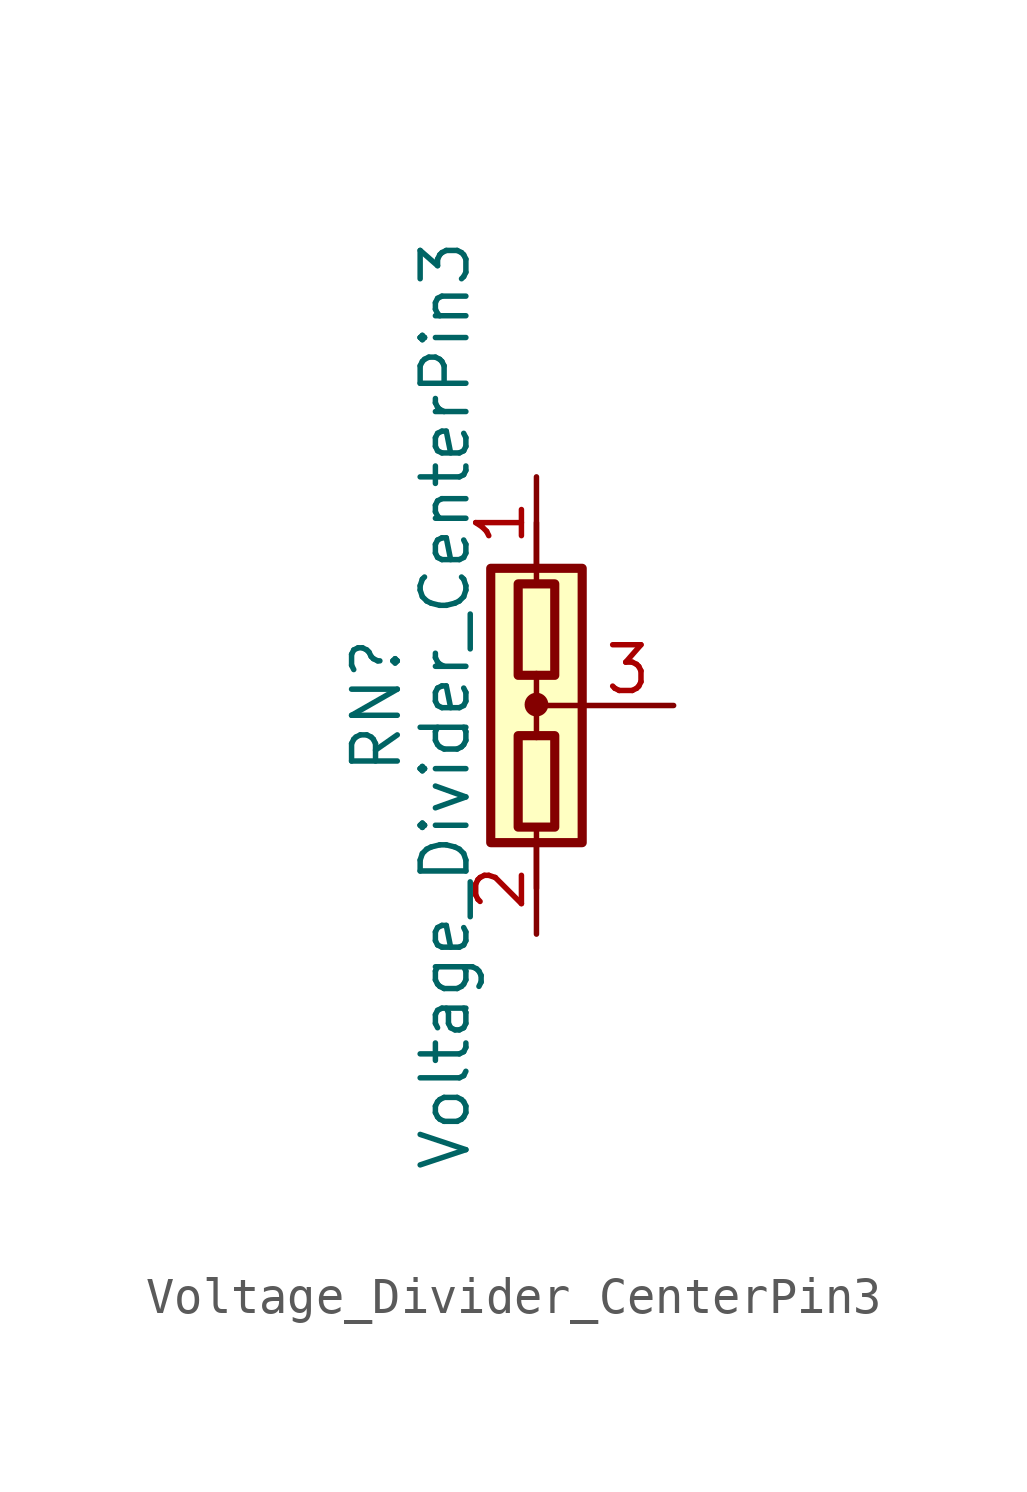
<source format=kicad_sym>
(kicad_symbol_lib
  (version 20211014)
  (generator kicad_symbol_editor)
  (symbol "Voltage_Divider_CenterPin3"
    (pin_names
      (offset 0) hide)
    (property "Reference" "RN"
      (at -4.445 0 90)
      (effects (font (size 1.27 1.27))))
    (property "Value" "Voltage_Divider_CenterPin3"
      (at -2.54 0 90)
      (effects (font (size 1.27 1.27))))
    (symbol "Voltage_Divider_CenterPin3_0_1"
      (rectangle (start -1.27 -3.81) (end 1.27 3.81) (stroke (width 0.254) (type default) (color 0 0 0 0)) (fill (type background)))
      (rectangle (start -0.508 -3.378) (end 0.508 -0.838) (stroke (width 0.254) (type default) (color 0 0 0 0)) (fill (type none)))
      (rectangle (start -0.508 3.378) (end 0.508 0.838) (stroke (width 0.254) (type default) (color 0 0 0 0)) (fill (type none)))
      (polyline (pts (xy 0 -5.08) (xy 0 -3.429)) (stroke (width 0) (type default) (color 0 0 0 0)) (fill (type none)))
      (polyline (pts (xy 0 0.889) (xy 0 -0.889)) (stroke (width 0) (type default) (color 0 0 0 0)) (fill (type none)))
      (polyline (pts (xy 0 5.08) (xy 0 3.378)) (stroke (width 0) (type default) (color 0 0 0 0)) (fill (type none)))
      (polyline (pts (xy 1.27 0) (xy 0 0)) (stroke (width 0) (type default) (color 0 0 0 0)) (fill (type none)))
      (circle (center 0 0.025) (radius 0.254) (stroke (width 0) (type default) (color 0 0 0 0)) (fill (type outline))))
    (symbol "Voltage_Divider_CenterPin3_1_1"
      (pin passive line (at 0 6.35 270) (length 2.54) (name "~" (effects (font (size 1.27 1.27)))) (number "1" (effects (font (size 1.27 1.27)))))
      (pin passive line (at 0 -6.35 90) (length 2.54) (name "~" (effects (font (size 1.27 1.27)))) (number "2" (effects (font (size 1.27 1.27)))))
      (pin passive line (at 3.81 0 180) (length 2.54) (name "~" (effects (font (size 1.27 1.27)))) (number "3" (effects (font (size 1.27 1.27))))))))
</source>
